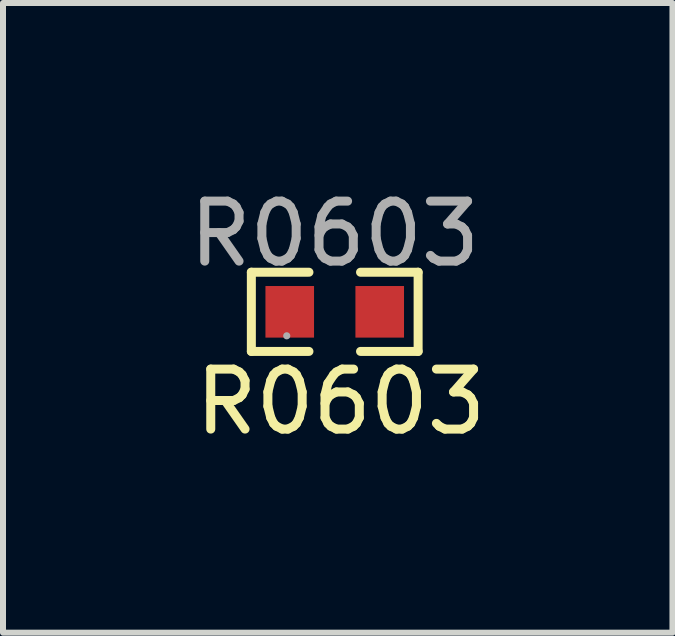
<source format=kicad_pcb>
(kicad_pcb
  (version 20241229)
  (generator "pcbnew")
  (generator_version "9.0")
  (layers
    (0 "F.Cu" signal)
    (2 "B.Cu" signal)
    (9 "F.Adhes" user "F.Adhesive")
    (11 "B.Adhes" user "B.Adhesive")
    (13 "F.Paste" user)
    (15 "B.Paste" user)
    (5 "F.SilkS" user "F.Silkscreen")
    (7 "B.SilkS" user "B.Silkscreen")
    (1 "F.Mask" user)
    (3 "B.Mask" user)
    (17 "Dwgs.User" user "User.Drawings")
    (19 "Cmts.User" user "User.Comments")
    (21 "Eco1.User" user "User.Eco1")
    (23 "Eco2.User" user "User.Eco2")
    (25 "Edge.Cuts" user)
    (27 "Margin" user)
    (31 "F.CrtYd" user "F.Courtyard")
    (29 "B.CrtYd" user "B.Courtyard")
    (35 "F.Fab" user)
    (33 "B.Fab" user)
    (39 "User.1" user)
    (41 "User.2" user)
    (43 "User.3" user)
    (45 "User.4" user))
  (footprint "R0603"
    (layer "F.Cu")
    (at 2.53 2.148)
    (property "Reference" "R0603" (at 0.1 1.5 0) (layer "F.SilkS") (effects (font (size 1 1) (thickness 0.15))))
    (attr smd)
    (fp_line (start -1.39 -0.66) (end -0.43 -0.66) (stroke (width 0.15) (type solid)) (layer "F.SilkS"))
    (fp_line (start -1.39 0.66) (end -1.39 -0.66) (stroke (width 0.15) (type solid)) (layer "F.SilkS"))
    (fp_line (start -0.43 0.66) (end -1.39 0.66) (stroke (width 0.15) (type solid)) (layer "F.SilkS"))
    (fp_line (start 0.43 0.66) (end 1.39 0.66) (stroke (width 0.15) (type solid)) (layer "F.SilkS"))
    (fp_line (start 1.39 -0.66) (end 0.43 -0.66) (stroke (width 0.15) (type solid)) (layer "F.SilkS"))
    (fp_line (start 1.39 0.66) (end 1.39 -0.66) (stroke (width 0.15) (type solid)) (layer "F.SilkS"))
    (fp_circle (center -0.8 0.4) (end -0.77 0.4) (stroke (width 0.06) (type solid)) (fill no) (layer "F.Fab"))
    (fp_text user "${REFERENCE}" (at 0 -1.3 0) (layer "F.Fab") (effects (font (size 1 1) (thickness 0.15))))
    (pad "1" smd rect (at -0.75 0) (size 0.81 0.86) (layers "F.Cu" "F.Mask" "F.Paste"))
    (pad "2" smd rect (at 0.75 0) (size 0.81 0.86) (layers "F.Cu" "F.Mask" "F.Paste")))
  (gr_rect
    (start -3 -3)
    (end 8.16 7.497)
    (stroke (width 0.1) (type default))
    (fill no)
    (layer "Edge.Cuts")))
</source>
